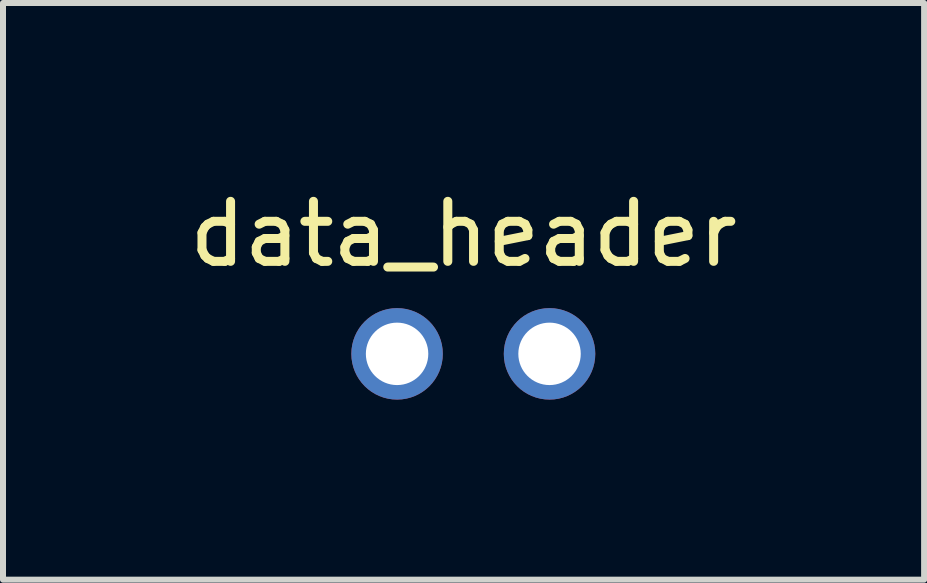
<source format=kicad_pcb>
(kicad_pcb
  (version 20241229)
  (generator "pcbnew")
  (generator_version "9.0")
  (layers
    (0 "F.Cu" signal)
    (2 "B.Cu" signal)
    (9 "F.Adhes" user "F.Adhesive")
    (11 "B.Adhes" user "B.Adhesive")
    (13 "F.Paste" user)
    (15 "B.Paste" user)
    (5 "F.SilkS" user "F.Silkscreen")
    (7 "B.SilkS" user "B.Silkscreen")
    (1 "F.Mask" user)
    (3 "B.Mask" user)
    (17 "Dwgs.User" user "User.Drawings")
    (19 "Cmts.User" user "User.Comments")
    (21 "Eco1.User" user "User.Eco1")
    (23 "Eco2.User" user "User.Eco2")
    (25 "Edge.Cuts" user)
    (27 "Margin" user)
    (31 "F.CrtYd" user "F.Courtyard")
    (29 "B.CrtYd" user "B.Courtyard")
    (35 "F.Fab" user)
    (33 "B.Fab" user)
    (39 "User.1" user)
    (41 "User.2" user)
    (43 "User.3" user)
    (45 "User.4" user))
  (footprint "data_header"
    (layer "F.Cu")
    (at 3.565 2.845)
    (property "Reference" "data_header" (at 1.107 -1.996 0) (layer "F.SilkS") (effects (font (size 1 1) (thickness 0.15))))
    (attr through_hole)
    (pad "1" thru_hole circle (at 0 0) (size 1.524 1.524) (drill 1.04) (layers "*.Cu" "*.Mask"))
    (pad "2" thru_hole circle (at 2.54 0) (size 1.524 1.524) (drill 1.04) (layers "*.Cu" "*.Mask")))
  (gr_rect
    (start -3 -3)
    (end 12.345 6.607)
    (stroke (width 0.1) (type default))
    (fill no)
    (layer "Edge.Cuts")))
</source>
